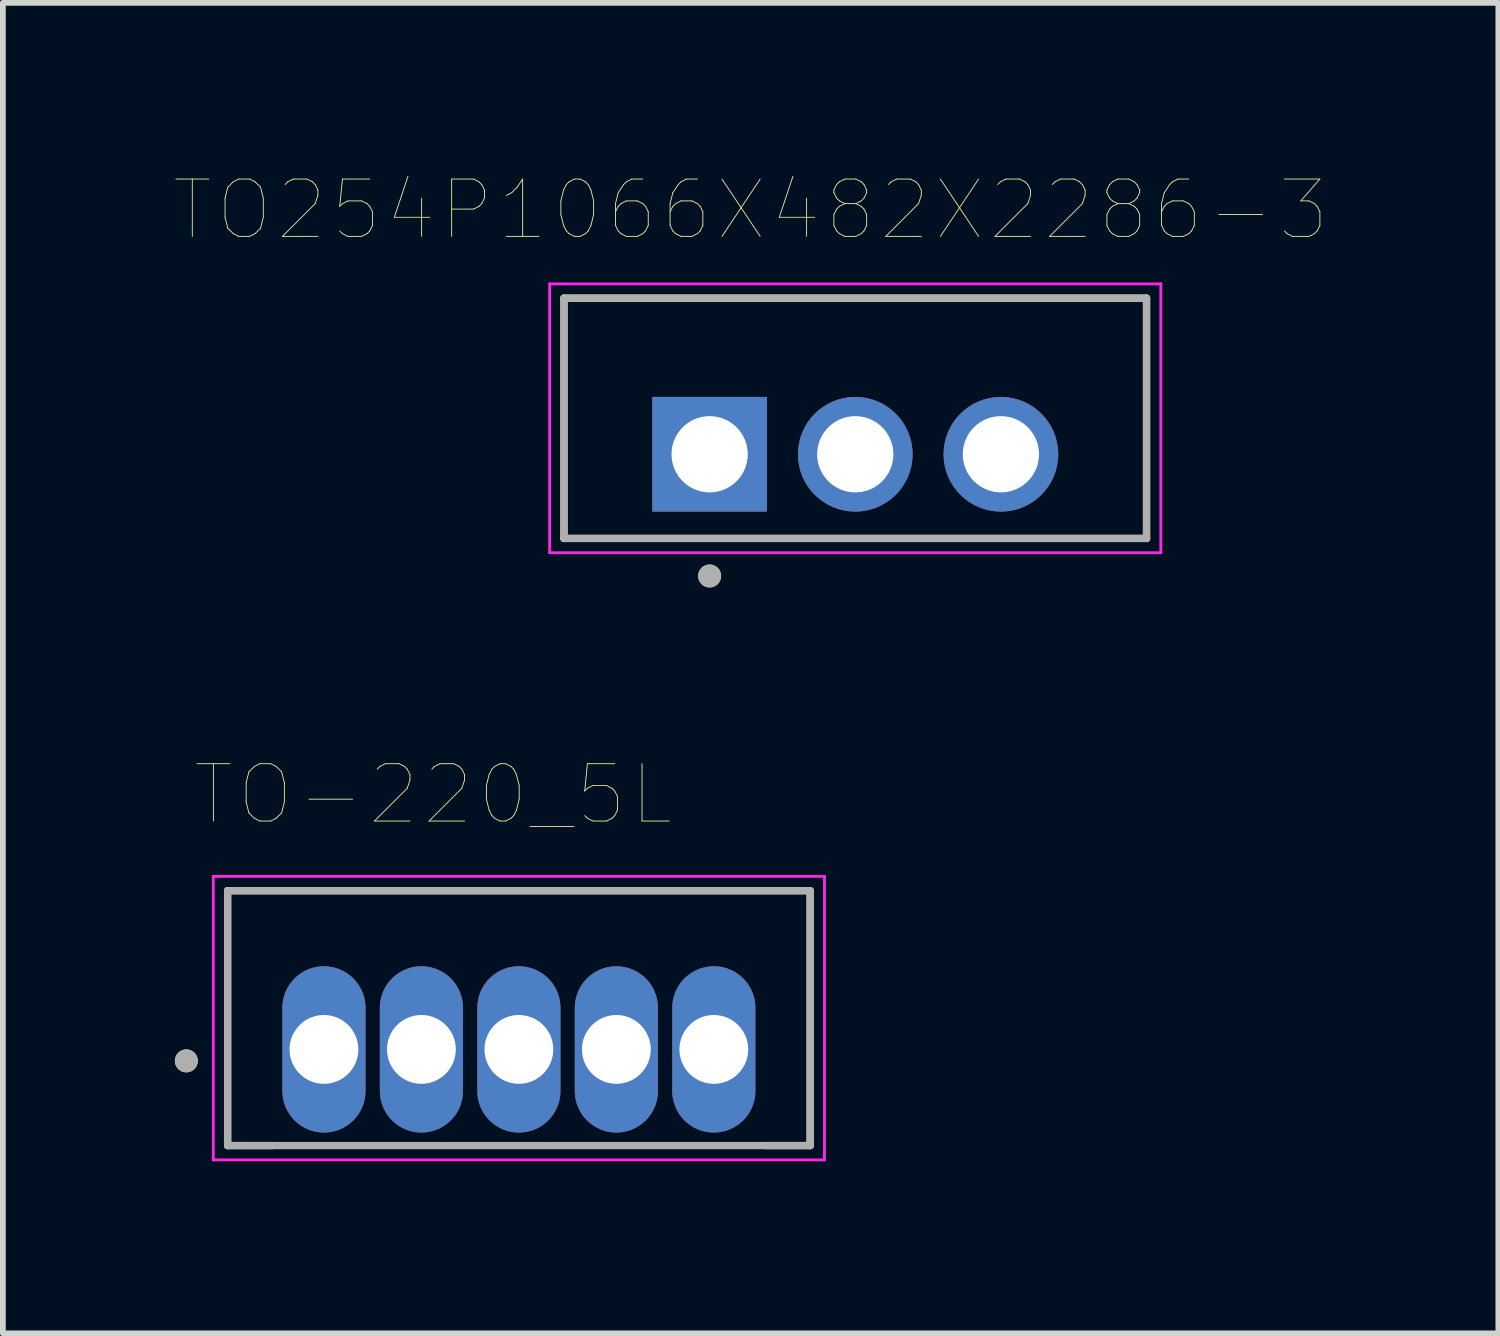
<source format=kicad_pcb>
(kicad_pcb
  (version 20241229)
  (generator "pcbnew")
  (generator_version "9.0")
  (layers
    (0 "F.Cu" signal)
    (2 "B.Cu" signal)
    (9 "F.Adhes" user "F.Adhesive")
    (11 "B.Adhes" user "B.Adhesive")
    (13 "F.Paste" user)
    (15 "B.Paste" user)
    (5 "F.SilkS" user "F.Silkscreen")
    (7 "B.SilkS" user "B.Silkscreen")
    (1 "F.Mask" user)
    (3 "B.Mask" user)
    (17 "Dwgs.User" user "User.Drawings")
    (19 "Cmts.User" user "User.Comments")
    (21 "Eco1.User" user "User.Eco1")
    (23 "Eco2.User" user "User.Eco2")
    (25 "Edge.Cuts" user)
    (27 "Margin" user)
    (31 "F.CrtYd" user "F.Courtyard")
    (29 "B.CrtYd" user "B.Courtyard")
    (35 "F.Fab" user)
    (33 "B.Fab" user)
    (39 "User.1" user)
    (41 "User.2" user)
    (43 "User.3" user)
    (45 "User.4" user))
  (footprint "TO-220_5L"
    (layer "F.Cu")
    (at 2.6 15.253)
    (property "Reference" "TO-220_5L" (at 1.905 -4.445 0) (layer "F.SilkS") (effects (font (size 1 1) (thickness 0.015))))
    (attr through_hole)
    (fp_line (start -1.68 -2.768) (end 8.48 -2.768) (stroke (width 0.127) (type solid)) (layer "F.SilkS"))
    (fp_line (start -1.68 1.677) (end -1.68 -2.768) (stroke (width 0.127) (type solid)) (layer "F.SilkS"))
    (fp_line (start -0.9 1.677) (end -1.68 1.677) (stroke (width 0.127) (type solid)) (layer "F.SilkS"))
    (fp_line (start 8.48 -2.768) (end 8.48 1.677) (stroke (width 0.127) (type solid)) (layer "F.SilkS"))
    (fp_line (start 8.48 1.677) (end 7.7 1.677) (stroke (width 0.127) (type solid)) (layer "F.SilkS"))
    (fp_circle (center -2.4 0.2) (end -2.3 0.2) (stroke (width 0.2) (type solid)) (fill no) (layer "F.SilkS"))
    (fp_line (start -1.93 -3.018) (end 8.73 -3.018) (stroke (width 0.05) (type solid)) (layer "F.CrtYd"))
    (fp_line (start -1.93 1.927) (end -1.93 -3.018) (stroke (width 0.05) (type solid)) (layer "F.CrtYd"))
    (fp_line (start 8.73 -3.018) (end 8.73 1.927) (stroke (width 0.05) (type solid)) (layer "F.CrtYd"))
    (fp_line (start 8.73 1.927) (end -1.93 1.927) (stroke (width 0.05) (type solid)) (layer "F.CrtYd"))
    (fp_line (start -1.68 -2.768) (end 8.48 -2.768) (stroke (width 0.127) (type solid)) (layer "F.Fab"))
    (fp_line (start -1.68 1.677) (end -1.68 -2.768) (stroke (width 0.127) (type solid)) (layer "F.Fab"))
    (fp_line (start 8.48 -2.768) (end 8.48 1.677) (stroke (width 0.127) (type solid)) (layer "F.Fab"))
    (fp_line (start 8.48 1.677) (end -1.68 1.677) (stroke (width 0.127) (type solid)) (layer "F.Fab"))
    (fp_circle (center -2.4 0.2) (end -2.3 0.2) (stroke (width 0.2) (type solid)) (fill no) (layer "F.Fab"))
    (pad "1" thru_hole oval (at 0 0) (size 1.45 2.9) (drill 1.2) (layers "*.Cu" "*.Mask"))
    (pad "2" thru_hole oval (at 1.7 0) (size 1.45 2.9) (drill 1.2) (layers "*.Cu" "*.Mask"))
    (pad "3" thru_hole oval (at 3.4 0) (size 1.45 2.9) (drill 1.2) (layers "*.Cu" "*.Mask"))
    (pad "4" thru_hole oval (at 5.1 0) (size 1.45 2.9) (drill 1.2) (layers "*.Cu" "*.Mask"))
    (pad "5" thru_hole oval (at 6.8 0) (size 1.45 2.9) (drill 1.2) (layers "*.Cu" "*.Mask")))
  (footprint "TO254P1066X482X2286-3"
    (layer "F.Cu")
    (at 9.327 4.873)
    (property "Reference" "TO254P1066X482X2286-3" (at 0.715 -4.262 0) (layer "F.SilkS") (effects (font (size 1 1) (thickness 0.015))))
    (attr through_hole)
    (fp_line (start -2.54 -2.722) (end 7.62 -2.722) (stroke (width 0.127) (type solid)) (layer "F.SilkS"))
    (fp_line (start -2.54 1.468) (end -2.54 -2.722) (stroke (width 0.127) (type solid)) (layer "F.SilkS"))
    (fp_line (start 7.62 -2.722) (end 7.62 1.468) (stroke (width 0.127) (type solid)) (layer "F.SilkS"))
    (fp_line (start 7.62 1.468) (end -2.54 1.468) (stroke (width 0.127) (type solid)) (layer "F.SilkS"))
    (fp_circle (center 0 2.123) (end 0.1 2.123) (stroke (width 0.2) (type solid)) (fill no) (layer "F.SilkS"))
    (fp_line (start -2.79 -2.972) (end 7.87 -2.972) (stroke (width 0.05) (type solid)) (layer "F.CrtYd"))
    (fp_line (start -2.79 1.718) (end -2.79 -2.972) (stroke (width 0.05) (type solid)) (layer "F.CrtYd"))
    (fp_line (start 7.87 -2.972) (end 7.87 1.718) (stroke (width 0.05) (type solid)) (layer "F.CrtYd"))
    (fp_line (start 7.87 1.718) (end -2.79 1.718) (stroke (width 0.05) (type solid)) (layer "F.CrtYd"))
    (fp_line (start -2.54 -2.722) (end 7.62 -2.722) (stroke (width 0.127) (type solid)) (layer "F.Fab"))
    (fp_line (start -2.54 1.468) (end -2.54 -2.722) (stroke (width 0.127) (type solid)) (layer "F.Fab"))
    (fp_line (start 7.62 -2.722) (end 7.62 1.468) (stroke (width 0.127) (type solid)) (layer "F.Fab"))
    (fp_line (start 7.62 1.468) (end -2.54 1.468) (stroke (width 0.127) (type solid)) (layer "F.Fab"))
    (fp_circle (center 0 2.123) (end 0.1 2.123) (stroke (width 0.2) (type solid)) (fill no) (layer "F.Fab"))
    (pad "1" thru_hole rect (at 0 0) (size 2 2) (drill 1.33) (layers "*.Cu" "*.Mask"))
    (pad "2" thru_hole circle (at 2.54 0) (size 2 2) (drill 1.33) (layers "*.Cu" "*.Mask"))
    (pad "3" thru_hole circle (at 5.08 0) (size 2 2) (drill 1.33) (layers "*.Cu" "*.Mask")))
  (gr_rect
    (start -3 -3)
    (end 23.083 20.205)
    (stroke (width 0.1) (type default))
    (fill no)
    (layer "Edge.Cuts")))
</source>
